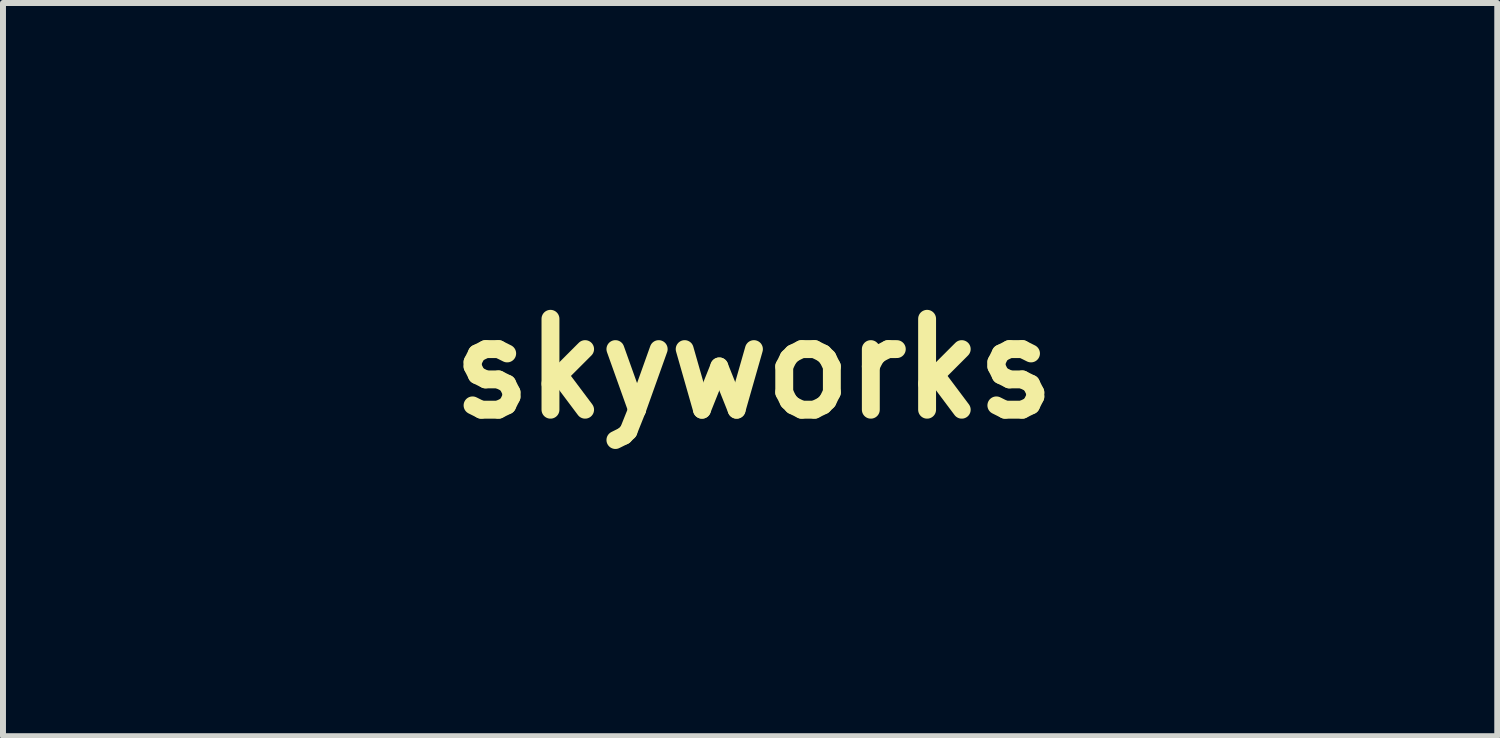
<source format=kicad_pcb>
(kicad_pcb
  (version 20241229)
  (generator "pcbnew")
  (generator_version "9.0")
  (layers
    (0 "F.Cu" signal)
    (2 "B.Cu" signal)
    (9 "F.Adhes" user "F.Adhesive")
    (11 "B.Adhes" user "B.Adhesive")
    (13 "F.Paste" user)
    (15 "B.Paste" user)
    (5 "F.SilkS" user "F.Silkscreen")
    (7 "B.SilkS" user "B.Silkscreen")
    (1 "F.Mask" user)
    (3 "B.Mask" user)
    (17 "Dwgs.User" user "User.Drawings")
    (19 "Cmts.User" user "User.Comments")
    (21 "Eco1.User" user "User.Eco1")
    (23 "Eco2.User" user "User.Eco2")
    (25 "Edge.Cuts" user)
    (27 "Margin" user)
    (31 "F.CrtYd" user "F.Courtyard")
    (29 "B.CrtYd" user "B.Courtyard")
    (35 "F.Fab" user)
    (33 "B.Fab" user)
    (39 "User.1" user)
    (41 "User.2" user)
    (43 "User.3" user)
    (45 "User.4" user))
  (footprint "skyworks"
    (layer "F.Cu")
    (at 9.589 3.129)
    (property "Reference" "skyworks" (at 0 0 0) (layer "F.SilkS") (effects (font (size 1.524 1.524) (thickness 0.3))))
    (attr through_hole)
    (fp_poly (pts (xy 7.679 -0.119) (xy 7.112 -0.119) (xy 7.112 0.813) (xy 7.755 0.813) (xy 7.755 1.024) (xy 6.231 1.024) (xy 6.231 0.813) (xy 6.866 0.813) (xy 6.866 -0.119) (xy 6.316 -0.119) (xy 6.316 -0.322) (xy 7.679 -0.322) (xy 7.679 -0.119)) (stroke (width 0.01) (type solid)) (fill yes) (layer "F.Mask"))
    (fp_poly (pts (xy 5.594 0.019) (xy 5.672 0.057) (xy 5.746 0.093) (xy 5.814 0.128) (xy 5.876 0.16) (xy 5.93 0.189) (xy 5.975 0.213) (xy 6.008 0.233) (xy 6.029 0.247) (xy 6.037 0.254) (xy 6.033 0.265) (xy 6.023 0.285) (xy 6.008 0.313) (xy 5.992 0.343) (xy 5.975 0.373) (xy 5.96 0.399) (xy 5.949 0.416) (xy 5.944 0.423) (xy 5.935 0.418) (xy 5.915 0.407) (xy 5.885 0.39) (xy 5.848 0.369) (xy 5.817 0.351) (xy 5.769 0.323) (xy 5.71 0.291) (xy 5.647 0.257) (xy 5.584 0.224) (xy 5.531 0.197) (xy 5.483 0.172) (xy 5.441 0.15) (xy 5.406 0.131) (xy 5.382 0.117) (xy 5.369 0.109) (xy 5.368 0.107) (xy 5.373 0.098) (xy 5.385 0.078) (xy 5.404 0.051) (xy 5.419 0.029) (xy 5.47 -0.041) (xy 5.594 0.019)) (stroke (width 0.01) (type solid)) (fill yes) (layer "F.Mask"))
    (fp_poly (pts (xy 7.935 2.027) (xy 7.959 2.033) (xy 7.971 2.046) (xy 7.973 2.061) (xy 7.975 2.087) (xy 7.976 2.12) (xy 7.975 2.155) (xy 7.974 2.189) (xy 7.973 2.218) (xy 7.97 2.237) (xy 7.967 2.244) (xy 7.954 2.242) (xy 7.932 2.236) (xy 7.923 2.234) (xy 7.87 2.228) (xy 7.821 2.237) (xy 7.778 2.261) (xy 7.744 2.299) (xy 7.733 2.318) (xy 7.728 2.329) (xy 7.724 2.343) (xy 7.721 2.362) (xy 7.719 2.388) (xy 7.717 2.423) (xy 7.715 2.469) (xy 7.714 2.528) (xy 7.713 2.574) (xy 7.709 2.798) (xy 7.592 2.801) (xy 7.476 2.803) (xy 7.476 2.04) (xy 7.713 2.04) (xy 7.713 2.106) (xy 7.713 2.172) (xy 7.739 2.127) (xy 7.759 2.099) (xy 7.782 2.073) (xy 7.796 2.062) (xy 7.83 2.045) (xy 7.867 2.033) (xy 7.903 2.027) (xy 7.935 2.027)) (stroke (width 0.01) (type solid)) (fill yes) (layer "F.Mask"))
    (fp_poly (pts (xy 5.342 -0.441) (xy 5.347 -0.432) (xy 5.354 -0.416) (xy 5.362 -0.389) (xy 5.374 -0.349) (xy 5.377 -0.341) (xy 5.395 -0.279) (xy 6.011 -0.279) (xy 6.011 0.06) (xy 5.912 0.057) (xy 5.812 0.055) (xy 5.807 -0.102) (xy 5.268 -0.1) (xy 4.729 -0.097) (xy 4.726 -0.019) (xy 4.724 0.059) (xy 4.628 0.059) (xy 4.59 0.059) (xy 4.557 0.058) (xy 4.536 0.056) (xy 4.527 0.054) (xy 4.526 0.045) (xy 4.524 0.021) (xy 4.523 -0.015) (xy 4.522 -0.059) (xy 4.522 -0.11) (xy 4.522 -0.115) (xy 4.521 -0.279) (xy 4.843 -0.279) (xy 4.915 -0.28) (xy 4.981 -0.28) (xy 5.04 -0.281) (xy 5.089 -0.282) (xy 5.128 -0.283) (xy 5.154 -0.284) (xy 5.164 -0.286) (xy 5.165 -0.286) (xy 5.162 -0.296) (xy 5.156 -0.319) (xy 5.147 -0.349) (xy 5.144 -0.357) (xy 5.124 -0.421) (xy 5.219 -0.432) (xy 5.258 -0.436) (xy 5.293 -0.44) (xy 5.318 -0.442) (xy 5.329 -0.443) (xy 5.336 -0.443) (xy 5.342 -0.441)) (stroke (width 0.01) (type solid)) (fill yes) (layer "F.Mask"))
    (fp_poly (pts (xy 8.316 2.032) (xy 8.319 2.388) (xy 8.429 2.215) (xy 8.539 2.041) (xy 8.676 2.041) (xy 8.722 2.041) (xy 8.762 2.042) (xy 8.792 2.042) (xy 8.81 2.044) (xy 8.814 2.045) (xy 8.809 2.052) (xy 8.795 2.071) (xy 8.773 2.1) (xy 8.746 2.137) (xy 8.713 2.18) (xy 8.683 2.22) (xy 8.647 2.267) (xy 8.616 2.31) (xy 8.589 2.347) (xy 8.57 2.376) (xy 8.558 2.395) (xy 8.555 2.403) (xy 8.562 2.413) (xy 8.576 2.434) (xy 8.596 2.463) (xy 8.621 2.497) (xy 8.626 2.504) (xy 8.657 2.547) (xy 8.694 2.598) (xy 8.732 2.65) (xy 8.766 2.696) (xy 8.766 2.697) (xy 8.84 2.798) (xy 8.703 2.801) (xy 8.647 2.801) (xy 8.606 2.801) (xy 8.579 2.799) (xy 8.562 2.796) (xy 8.555 2.792) (xy 8.548 2.782) (xy 8.533 2.76) (xy 8.512 2.728) (xy 8.486 2.688) (xy 8.456 2.641) (xy 8.432 2.603) (xy 8.319 2.426) (xy 8.316 2.614) (xy 8.314 2.802) (xy 8.077 2.802) (xy 8.077 1.676) (xy 8.314 1.676) (xy 8.316 2.032)) (stroke (width 0.01) (type solid)) (fill yes) (layer "F.Mask"))
    (fp_poly (pts (xy 3.912 2.391) (xy 3.966 2.307) (xy 3.994 2.263) (xy 4.026 2.213) (xy 4.059 2.162) (xy 4.078 2.132) (xy 4.136 2.041) (xy 4.274 2.041) (xy 4.327 2.041) (xy 4.365 2.042) (xy 4.389 2.043) (xy 4.403 2.046) (xy 4.406 2.05) (xy 4.406 2.051) (xy 4.399 2.061) (xy 4.383 2.081) (xy 4.361 2.112) (xy 4.332 2.15) (xy 4.299 2.193) (xy 4.277 2.222) (xy 4.243 2.267) (xy 4.212 2.308) (xy 4.186 2.343) (xy 4.166 2.37) (xy 4.155 2.387) (xy 4.152 2.391) (xy 4.156 2.402) (xy 4.17 2.425) (xy 4.194 2.462) (xy 4.228 2.511) (xy 4.273 2.573) (xy 4.327 2.648) (xy 4.384 2.726) (xy 4.437 2.798) (xy 4.304 2.801) (xy 4.258 2.801) (xy 4.217 2.801) (xy 4.186 2.801) (xy 4.166 2.8) (xy 4.162 2.799) (xy 4.155 2.792) (xy 4.14 2.771) (xy 4.119 2.741) (xy 4.093 2.702) (xy 4.063 2.656) (xy 4.034 2.612) (xy 3.916 2.428) (xy 3.914 2.615) (xy 3.911 2.802) (xy 3.675 2.802) (xy 3.675 1.676) (xy 3.912 1.676) (xy 3.912 2.391)) (stroke (width 0.01) (type solid)) (fill yes) (layer "F.Mask"))
    (fp_poly (pts (xy 6.954 2.025) (xy 7.012 2.031) (xy 7.062 2.04) (xy 7.087 2.048) (xy 7.159 2.084) (xy 7.219 2.131) (xy 7.266 2.189) (xy 7.3 2.256) (xy 7.3 2.258) (xy 7.313 2.308) (xy 7.321 2.368) (xy 7.323 2.431) (xy 7.319 2.491) (xy 7.311 2.532) (xy 7.284 2.607) (xy 7.243 2.672) (xy 7.192 2.726) (xy 7.129 2.768) (xy 7.058 2.798) (xy 6.979 2.815) (xy 6.893 2.818) (xy 6.819 2.81) (xy 6.739 2.789) (xy 6.669 2.755) (xy 6.611 2.709) (xy 6.565 2.652) (xy 6.531 2.583) (xy 6.511 2.505) (xy 6.505 2.455) (xy 6.742 2.455) (xy 6.753 2.513) (xy 6.775 2.562) (xy 6.806 2.601) (xy 6.846 2.626) (xy 6.868 2.633) (xy 6.907 2.637) (xy 6.952 2.633) (xy 6.993 2.622) (xy 7 2.619) (xy 7.024 2.603) (xy 7.043 2.584) (xy 7.043 2.583) (xy 7.061 2.55) (xy 7.075 2.507) (xy 7.084 2.459) (xy 7.087 2.42) (xy 7.081 2.351) (xy 7.066 2.294) (xy 7.039 2.251) (xy 7.003 2.221) (xy 6.957 2.205) (xy 6.917 2.201) (xy 6.863 2.208) (xy 6.819 2.23) (xy 6.784 2.264) (xy 6.759 2.312) (xy 6.744 2.373) (xy 6.742 2.39) (xy 6.742 2.455) (xy 6.505 2.455) (xy 6.505 2.451) (xy 6.507 2.362) (xy 6.523 2.282) (xy 6.552 2.211) (xy 6.595 2.151) (xy 6.651 2.1) (xy 6.718 2.061) (xy 6.791 2.036) (xy 6.838 2.028) (xy 6.894 2.024) (xy 6.954 2.025)) (stroke (width 0.01) (type solid)) (fill yes) (layer "F.Mask"))
    (fp_poly (pts (xy 5.1 0.034) (xy 5.127 0.062) (xy 5.148 0.086) (xy 5.159 0.102) (xy 5.161 0.109) (xy 5.152 0.118) (xy 5.13 0.134) (xy 5.099 0.155) (xy 5.062 0.181) (xy 5.02 0.209) (xy 4.975 0.237) (xy 4.932 0.265) (xy 4.892 0.29) (xy 4.857 0.311) (xy 4.853 0.313) (xy 4.821 0.332) (xy 4.794 0.349) (xy 4.776 0.36) (xy 4.77 0.365) (xy 4.778 0.366) (xy 4.801 0.367) (xy 4.838 0.368) (xy 4.887 0.369) (xy 4.948 0.37) (xy 5.018 0.37) (xy 5.097 0.371) (xy 5.183 0.371) (xy 5.274 0.37) (xy 5.279 0.37) (xy 5.791 0.368) (xy 5.791 0.459) (xy 5.791 0.55) (xy 5.582 0.552) (xy 5.372 0.555) (xy 5.37 0.701) (xy 5.367 0.847) (xy 6.028 0.847) (xy 6.028 1.033) (xy 4.504 1.033) (xy 4.504 0.847) (xy 5.165 0.847) (xy 5.165 0.55) (xy 4.741 0.55) (xy 4.741 0.466) (xy 4.741 0.43) (xy 4.74 0.402) (xy 4.738 0.385) (xy 4.737 0.381) (xy 4.728 0.385) (xy 4.707 0.394) (xy 4.679 0.408) (xy 4.664 0.415) (xy 4.634 0.43) (xy 4.61 0.441) (xy 4.595 0.447) (xy 4.593 0.447) (xy 4.586 0.437) (xy 4.574 0.417) (xy 4.558 0.39) (xy 4.541 0.359) (xy 4.524 0.329) (xy 4.51 0.303) (xy 4.5 0.284) (xy 4.497 0.276) (xy 4.497 0.276) (xy 4.505 0.272) (xy 4.526 0.262) (xy 4.556 0.249) (xy 4.58 0.238) (xy 4.652 0.203) (xy 4.73 0.163) (xy 4.808 0.119) (xy 4.881 0.074) (xy 4.944 0.032) (xy 4.953 0.026) (xy 5.033 -0.032) (xy 5.1 0.034)) (stroke (width 0.01) (type solid)) (fill yes) (layer "F.Mask"))
    (fp_poly (pts (xy 9.266 2.029) (xy 9.317 2.032) (xy 9.355 2.036) (xy 9.37 2.039) (xy 9.415 2.051) (xy 9.415 2.14) (xy 9.415 2.179) (xy 9.414 2.205) (xy 9.411 2.218) (xy 9.407 2.224) (xy 9.401 2.223) (xy 9.4 2.222) (xy 9.346 2.203) (xy 9.29 2.19) (xy 9.236 2.184) (xy 9.19 2.184) (xy 9.153 2.192) (xy 9.148 2.194) (xy 9.121 2.213) (xy 9.109 2.238) (xy 9.112 2.265) (xy 9.114 2.269) (xy 9.121 2.28) (xy 9.132 2.29) (xy 9.149 2.3) (xy 9.174 2.312) (xy 9.211 2.327) (xy 9.259 2.345) (xy 9.325 2.373) (xy 9.376 2.403) (xy 9.414 2.436) (xy 9.438 2.473) (xy 9.452 2.515) (xy 9.456 2.546) (xy 9.455 2.602) (xy 9.445 2.649) (xy 9.422 2.69) (xy 9.394 2.723) (xy 9.343 2.763) (xy 9.279 2.792) (xy 9.206 2.811) (xy 9.124 2.818) (xy 9.036 2.814) (xy 8.982 2.806) (xy 8.938 2.798) (xy 8.908 2.791) (xy 8.889 2.782) (xy 8.878 2.768) (xy 8.874 2.746) (xy 8.873 2.713) (xy 8.873 2.685) (xy 8.873 2.592) (xy 8.918 2.612) (xy 8.973 2.633) (xy 9.029 2.648) (xy 9.083 2.655) (xy 9.132 2.656) (xy 9.174 2.65) (xy 9.207 2.636) (xy 9.228 2.617) (xy 9.233 2.604) (xy 9.235 2.581) (xy 9.225 2.561) (xy 9.204 2.542) (xy 9.168 2.524) (xy 9.118 2.505) (xy 9.097 2.498) (xy 9.037 2.476) (xy 8.99 2.453) (xy 8.954 2.428) (xy 8.929 2.405) (xy 8.905 2.375) (xy 8.89 2.347) (xy 8.882 2.315) (xy 8.879 2.274) (xy 8.879 2.265) (xy 8.885 2.204) (xy 8.905 2.152) (xy 8.94 2.108) (xy 8.99 2.072) (xy 9.04 2.048) (xy 9.062 2.04) (xy 9.084 2.034) (xy 9.109 2.031) (xy 9.142 2.029) (xy 9.187 2.028) (xy 9.207 2.028) (xy 9.266 2.029)) (stroke (width 0.01) (type solid)) (fill yes) (layer "F.Mask"))
    (fp_poly (pts (xy 6.517 1.339) (xy 6.774 1.34) (xy 7.027 1.343) (xy 7.277 1.347) (xy 7.521 1.351) (xy 7.758 1.357) (xy 7.988 1.363) (xy 8.21 1.371) (xy 8.421 1.379) (xy 8.621 1.389) (xy 8.809 1.399) (xy 8.911 1.406) (xy 8.982 1.41) (xy 9.054 1.415) (xy 9.123 1.42) (xy 9.19 1.425) (xy 9.25 1.43) (xy 9.302 1.434) (xy 9.345 1.438) (xy 9.375 1.441) (xy 9.392 1.443) (xy 9.394 1.443) (xy 9.386 1.444) (xy 9.362 1.444) (xy 9.322 1.444) (xy 9.267 1.444) (xy 9.197 1.444) (xy 9.113 1.445) (xy 9.016 1.445) (xy 8.906 1.445) (xy 8.783 1.445) (xy 8.649 1.445) (xy 8.503 1.445) (xy 8.347 1.445) (xy 8.181 1.446) (xy 8.005 1.446) (xy 7.821 1.446) (xy 7.628 1.446) (xy 7.427 1.446) (xy 7.22 1.446) (xy 7.005 1.446) (xy 6.785 1.446) (xy 6.559 1.446) (xy 6.328 1.446) (xy 6.126 1.446) (xy 5.842 1.446) (xy 5.575 1.446) (xy 5.324 1.446) (xy 5.089 1.446) (xy 4.868 1.446) (xy 4.663 1.446) (xy 4.471 1.445) (xy 4.294 1.445) (xy 4.13 1.445) (xy 3.979 1.445) (xy 3.84 1.445) (xy 3.713 1.444) (xy 3.598 1.444) (xy 3.494 1.444) (xy 3.401 1.443) (xy 3.318 1.443) (xy 3.245 1.442) (xy 3.181 1.442) (xy 3.127 1.442) (xy 3.08 1.441) (xy 3.042 1.44) (xy 3.011 1.44) (xy 2.988 1.439) (xy 2.971 1.438) (xy 2.96 1.438) (xy 2.956 1.437) (xy 2.956 1.436) (xy 2.962 1.435) (xy 2.968 1.434) (xy 3.112 1.422) (xy 3.273 1.41) (xy 3.448 1.399) (xy 3.636 1.389) (xy 3.837 1.38) (xy 4.048 1.372) (xy 4.27 1.364) (xy 4.5 1.358) (xy 4.738 1.352) (xy 4.982 1.348) (xy 5.232 1.344) (xy 5.486 1.341) (xy 5.742 1.339) (xy 6 1.338) (xy 6.259 1.338) (xy 6.517 1.339)) (stroke (width 0.01) (type solid)) (fill yes) (layer "F.Mask"))
    (fp_poly (pts (xy 5.173 2.041) (xy 5.208 2.043) (xy 5.232 2.045) (xy 5.241 2.048) (xy 5.241 2.049) (xy 5.238 2.06) (xy 5.23 2.082) (xy 5.223 2.101) (xy 5.217 2.118) (xy 5.205 2.149) (xy 5.189 2.192) (xy 5.168 2.246) (xy 5.145 2.308) (xy 5.119 2.377) (xy 5.091 2.452) (xy 5.066 2.518) (xy 5.036 2.596) (xy 5.008 2.671) (xy 4.981 2.741) (xy 4.956 2.804) (xy 4.934 2.859) (xy 4.916 2.903) (xy 4.903 2.935) (xy 4.896 2.95) (xy 4.867 2.998) (xy 4.831 3.043) (xy 4.791 3.084) (xy 4.751 3.116) (xy 4.713 3.136) (xy 4.712 3.136) (xy 4.686 3.143) (xy 4.653 3.149) (xy 4.615 3.153) (xy 4.58 3.156) (xy 4.551 3.157) (xy 4.534 3.154) (xy 4.534 3.154) (xy 4.52 3.151) (xy 4.498 3.146) (xy 4.494 3.146) (xy 4.462 3.14) (xy 4.462 3.047) (xy 4.462 3.006) (xy 4.463 2.979) (xy 4.465 2.964) (xy 4.469 2.958) (xy 4.475 2.958) (xy 4.477 2.959) (xy 4.518 2.972) (xy 4.558 2.978) (xy 4.582 2.977) (xy 4.62 2.965) (xy 4.65 2.945) (xy 4.676 2.912) (xy 4.695 2.875) (xy 4.709 2.843) (xy 4.719 2.817) (xy 4.724 2.799) (xy 4.724 2.797) (xy 4.721 2.786) (xy 4.712 2.761) (xy 4.698 2.724) (xy 4.679 2.676) (xy 4.656 2.619) (xy 4.63 2.554) (xy 4.602 2.483) (xy 4.573 2.413) (xy 4.422 2.045) (xy 4.549 2.042) (xy 4.594 2.042) (xy 4.632 2.042) (xy 4.661 2.042) (xy 4.677 2.043) (xy 4.679 2.043) (xy 4.683 2.053) (xy 4.691 2.076) (xy 4.702 2.11) (xy 4.715 2.154) (xy 4.731 2.204) (xy 4.748 2.259) (xy 4.765 2.316) (xy 4.782 2.372) (xy 4.798 2.426) (xy 4.812 2.475) (xy 4.824 2.516) (xy 4.833 2.547) (xy 4.838 2.567) (xy 4.838 2.57) (xy 4.845 2.603) (xy 4.864 2.532) (xy 4.871 2.504) (xy 4.883 2.464) (xy 4.898 2.413) (xy 4.916 2.355) (xy 4.935 2.292) (xy 4.955 2.228) (xy 4.974 2.165) (xy 4.992 2.107) (xy 5.005 2.068) (xy 5.014 2.04) (xy 5.127 2.04) (xy 5.173 2.041)) (stroke (width 0.01) (type solid)) (fill yes) (layer "F.Mask"))
    (fp_poly (pts (xy 5.985 2.072) (xy 5.993 2.104) (xy 6.004 2.146) (xy 6.016 2.197) (xy 6.029 2.253) (xy 6.043 2.313) (xy 6.057 2.372) (xy 6.07 2.429) (xy 6.081 2.48) (xy 6.091 2.524) (xy 6.098 2.557) (xy 6.101 2.576) (xy 6.102 2.578) (xy 6.103 2.588) (xy 6.106 2.592) (xy 6.109 2.589) (xy 6.113 2.577) (xy 6.118 2.556) (xy 6.126 2.522) (xy 6.135 2.477) (xy 6.147 2.417) (xy 6.161 2.349) (xy 6.174 2.283) (xy 6.186 2.221) (xy 6.197 2.167) (xy 6.206 2.121) (xy 6.213 2.086) (xy 6.217 2.065) (xy 6.219 2.06) (xy 6.221 2.052) (xy 6.227 2.046) (xy 6.238 2.043) (xy 6.257 2.041) (xy 6.288 2.041) (xy 6.329 2.04) (xy 6.369 2.041) (xy 6.402 2.042) (xy 6.425 2.044) (xy 6.435 2.047) (xy 6.435 2.047) (xy 6.432 2.056) (xy 6.426 2.08) (xy 6.416 2.117) (xy 6.402 2.165) (xy 6.386 2.223) (xy 6.367 2.289) (xy 6.346 2.361) (xy 6.327 2.428) (xy 6.219 2.803) (xy 5.973 2.798) (xy 5.912 2.557) (xy 5.896 2.494) (xy 5.882 2.435) (xy 5.87 2.383) (xy 5.86 2.339) (xy 5.853 2.307) (xy 5.85 2.288) (xy 5.85 2.286) (xy 5.849 2.277) (xy 5.845 2.282) (xy 5.839 2.304) (xy 5.834 2.328) (xy 5.827 2.358) (xy 5.816 2.4) (xy 5.803 2.451) (xy 5.788 2.509) (xy 5.772 2.569) (xy 5.764 2.599) (xy 5.71 2.798) (xy 5.59 2.801) (xy 5.547 2.801) (xy 5.51 2.8) (xy 5.483 2.799) (xy 5.468 2.797) (xy 5.467 2.796) (xy 5.464 2.787) (xy 5.456 2.763) (xy 5.446 2.727) (xy 5.432 2.68) (xy 5.416 2.624) (xy 5.398 2.561) (xy 5.38 2.498) (xy 5.36 2.426) (xy 5.34 2.356) (xy 5.322 2.29) (xy 5.305 2.23) (xy 5.291 2.18) (xy 5.28 2.142) (xy 5.275 2.123) (xy 5.252 2.04) (xy 5.491 2.04) (xy 5.515 2.157) (xy 5.525 2.204) (xy 5.537 2.262) (xy 5.551 2.326) (xy 5.564 2.391) (xy 5.575 2.446) (xy 5.587 2.503) (xy 5.596 2.544) (xy 5.603 2.573) (xy 5.608 2.589) (xy 5.611 2.596) (xy 5.614 2.593) (xy 5.616 2.583) (xy 5.617 2.577) (xy 5.62 2.558) (xy 5.628 2.526) (xy 5.638 2.482) (xy 5.652 2.429) (xy 5.667 2.37) (xy 5.684 2.306) (xy 5.688 2.29) (xy 5.753 2.045) (xy 5.865 2.042) (xy 5.977 2.04) (xy 5.985 2.072)) (stroke (width 0.01) (type solid)) (fill yes) (layer "F.Mask"))
    (fp_poly (pts (xy 3.287 1.723) (xy 3.344 1.727) (xy 3.395 1.735) (xy 3.437 1.744) (xy 3.467 1.754) (xy 3.471 1.756) (xy 3.475 1.767) (xy 3.478 1.789) (xy 3.48 1.819) (xy 3.48 1.855) (xy 3.48 1.891) (xy 3.479 1.924) (xy 3.476 1.95) (xy 3.473 1.967) (xy 3.469 1.97) (xy 3.402 1.942) (xy 3.346 1.923) (xy 3.296 1.911) (xy 3.25 1.906) (xy 3.202 1.907) (xy 3.199 1.908) (xy 3.144 1.917) (xy 3.101 1.934) (xy 3.069 1.958) (xy 3.052 1.987) (xy 3.049 2.021) (xy 3.061 2.057) (xy 3.067 2.067) (xy 3.077 2.079) (xy 3.092 2.091) (xy 3.115 2.106) (xy 3.147 2.124) (xy 3.19 2.147) (xy 3.233 2.168) (xy 3.31 2.207) (xy 3.372 2.244) (xy 3.421 2.278) (xy 3.459 2.312) (xy 3.486 2.348) (xy 3.504 2.386) (xy 3.515 2.43) (xy 3.52 2.48) (xy 3.52 2.482) (xy 3.521 2.537) (xy 3.515 2.582) (xy 3.511 2.6) (xy 3.486 2.656) (xy 3.446 2.705) (xy 3.394 2.747) (xy 3.332 2.78) (xy 3.282 2.796) (xy 3.237 2.805) (xy 3.182 2.811) (xy 3.121 2.815) (xy 3.061 2.816) (xy 3.007 2.814) (xy 2.976 2.811) (xy 2.941 2.804) (xy 2.903 2.795) (xy 2.867 2.785) (xy 2.836 2.775) (xy 2.814 2.766) (xy 2.807 2.76) (xy 2.805 2.749) (xy 2.803 2.725) (xy 2.802 2.693) (xy 2.801 2.656) (xy 2.801 2.618) (xy 2.801 2.583) (xy 2.802 2.555) (xy 2.803 2.538) (xy 2.804 2.535) (xy 2.813 2.537) (xy 2.832 2.546) (xy 2.857 2.561) (xy 2.858 2.561) (xy 2.935 2.599) (xy 3.015 2.62) (xy 3.09 2.626) (xy 3.154 2.623) (xy 3.204 2.61) (xy 3.239 2.589) (xy 3.26 2.559) (xy 3.268 2.52) (xy 3.268 2.516) (xy 3.266 2.492) (xy 3.259 2.474) (xy 3.243 2.455) (xy 3.235 2.446) (xy 3.209 2.425) (xy 3.175 2.404) (xy 3.148 2.389) (xy 3.116 2.374) (xy 3.076 2.355) (xy 3.033 2.335) (xy 3.014 2.326) (xy 2.941 2.286) (xy 2.885 2.243) (xy 2.843 2.196) (xy 2.822 2.161) (xy 2.81 2.135) (xy 2.803 2.112) (xy 2.8 2.086) (xy 2.798 2.052) (xy 2.798 2.032) (xy 2.799 1.992) (xy 2.801 1.963) (xy 2.807 1.939) (xy 2.816 1.915) (xy 2.822 1.903) (xy 2.859 1.847) (xy 2.91 1.8) (xy 2.974 1.763) (xy 3.05 1.736) (xy 3.075 1.73) (xy 3.118 1.724) (xy 3.171 1.721) (xy 3.228 1.72) (xy 3.287 1.723)) (stroke (width 0.01) (type solid)) (fill yes) (layer "F.Mask"))
    (fp_poly (pts (xy 3.545 -0.345) (xy 4.221 -0.343) (xy 4.223 -0.268) (xy 4.224 -0.231) (xy 4.224 -0.199) (xy 4.222 -0.177) (xy 4.221 -0.172) (xy 4.216 -0.152) (xy 3.643 -0.152) (xy 3.637 -0.04) (xy 3.635 0.006) (xy 3.632 0.051) (xy 3.629 0.089) (xy 3.627 0.116) (xy 3.627 0.116) (xy 3.622 0.161) (xy 4.301 0.161) (xy 4.301 0.356) (xy 3.996 0.356) (xy 3.926 0.356) (xy 3.862 0.356) (xy 3.805 0.357) (xy 3.758 0.358) (xy 3.722 0.359) (xy 3.699 0.361) (xy 3.692 0.362) (xy 3.696 0.374) (xy 3.706 0.397) (xy 3.722 0.427) (xy 3.74 0.46) (xy 3.759 0.494) (xy 3.777 0.523) (xy 3.783 0.533) (xy 3.816 0.577) (xy 3.859 0.626) (xy 3.907 0.675) (xy 3.955 0.72) (xy 3.987 0.746) (xy 4.038 0.78) (xy 4.099 0.816) (xy 4.163 0.849) (xy 4.223 0.875) (xy 4.238 0.881) (xy 4.265 0.892) (xy 4.286 0.901) (xy 4.296 0.906) (xy 4.293 0.915) (xy 4.282 0.933) (xy 4.263 0.959) (xy 4.239 0.99) (xy 4.238 0.99) (xy 4.212 1.023) (xy 4.188 1.052) (xy 4.17 1.076) (xy 4.16 1.088) (xy 4.146 1.103) (xy 4.133 1.109) (xy 4.12 1.105) (xy 4.096 1.095) (xy 4.065 1.08) (xy 4.047 1.07) (xy 3.936 1.001) (xy 3.832 0.919) (xy 3.739 0.824) (xy 3.694 0.769) (xy 3.665 0.729) (xy 3.634 0.681) (xy 3.603 0.63) (xy 3.577 0.582) (xy 3.557 0.541) (xy 3.554 0.536) (xy 3.544 0.511) (xy 3.535 0.495) (xy 3.531 0.491) (xy 3.526 0.498) (xy 3.516 0.517) (xy 3.51 0.531) (xy 3.462 0.628) (xy 3.399 0.722) (xy 3.321 0.814) (xy 3.229 0.902) (xy 3.124 0.986) (xy 3.022 1.054) (xy 2.99 1.073) (xy 2.963 1.089) (xy 2.945 1.098) (xy 2.939 1.101) (xy 2.931 1.095) (xy 2.914 1.078) (xy 2.891 1.053) (xy 2.863 1.022) (xy 2.851 1.009) (xy 2.771 0.918) (xy 2.86 0.872) (xy 2.967 0.813) (xy 3.063 0.748) (xy 3.148 0.679) (xy 3.22 0.608) (xy 3.278 0.535) (xy 3.321 0.461) (xy 3.335 0.428) (xy 3.343 0.408) (xy 3.349 0.393) (xy 3.351 0.381) (xy 3.349 0.372) (xy 3.341 0.365) (xy 3.325 0.36) (xy 3.3 0.358) (xy 3.264 0.356) (xy 3.215 0.356) (xy 3.154 0.355) (xy 3.076 0.356) (xy 3.065 0.356) (xy 2.777 0.356) (xy 2.777 0.161) (xy 3.402 0.161) (xy 3.407 0.129) (xy 3.412 0.097) (xy 3.416 0.055) (xy 3.421 0.008) (xy 3.425 -0.039) (xy 3.428 -0.081) (xy 3.429 -0.111) (xy 3.429 -0.112) (xy 3.429 -0.152) (xy 2.87 -0.152) (xy 2.87 -0.347) (xy 3.545 -0.345)) (stroke (width 0.01) (type solid)) (fill yes) (layer "F.Mask"))
    (fp_poly (pts (xy 8.315 -0.034) (xy 8.467 -0.034) (xy 8.467 0.161) (xy 8.314 0.161) (xy 8.314 0.432) (xy 8.314 0.51) (xy 8.315 0.573) (xy 8.316 0.621) (xy 8.317 0.657) (xy 8.319 0.682) (xy 8.321 0.696) (xy 8.324 0.702) (xy 8.325 0.703) (xy 8.367 0.695) (xy 8.411 0.675) (xy 8.438 0.656) (xy 8.481 0.615) (xy 8.525 0.563) (xy 8.566 0.505) (xy 8.602 0.446) (xy 8.615 0.419) (xy 8.636 0.375) (xy 8.65 0.344) (xy 8.656 0.323) (xy 8.654 0.312) (xy 8.644 0.306) (xy 8.624 0.305) (xy 8.594 0.305) (xy 8.59 0.305) (xy 8.517 0.305) (xy 8.518 0.218) (xy 8.518 0.131) (xy 8.764 -0.028) (xy 9.011 -0.186) (xy 8.764 -0.186) (xy 8.517 -0.186) (xy 8.517 -0.364) (xy 8.919 -0.364) (xy 9 -0.364) (xy 9.076 -0.364) (xy 9.146 -0.363) (xy 9.207 -0.363) (xy 9.258 -0.362) (xy 9.298 -0.361) (xy 9.323 -0.36) (xy 9.334 -0.359) (xy 9.34 -0.354) (xy 9.344 -0.341) (xy 9.346 -0.319) (xy 9.347 -0.284) (xy 9.347 -0.272) (xy 9.346 -0.191) (xy 9.105 -0.03) (xy 8.863 0.131) (xy 9.452 0.136) (xy 9.446 0.396) (xy 9.443 0.513) (xy 9.439 0.615) (xy 9.436 0.701) (xy 9.431 0.773) (xy 9.427 0.831) (xy 9.421 0.876) (xy 9.415 0.909) (xy 9.411 0.924) (xy 9.389 0.968) (xy 9.357 1.009) (xy 9.32 1.041) (xy 9.303 1.051) (xy 9.279 1.06) (xy 9.245 1.068) (xy 9.204 1.074) (xy 9.16 1.08) (xy 9.116 1.083) (xy 9.075 1.084) (xy 9.041 1.083) (xy 9.017 1.08) (xy 9.005 1.074) (xy 9.005 1.073) (xy 9.002 1.061) (xy 8.998 1.036) (xy 8.991 1.002) (xy 8.986 0.972) (xy 8.969 0.881) (xy 9.062 0.881) (xy 9.116 0.879) (xy 9.157 0.874) (xy 9.187 0.865) (xy 9.21 0.85) (xy 9.227 0.828) (xy 9.228 0.826) (xy 9.235 0.812) (xy 9.241 0.79) (xy 9.246 0.759) (xy 9.25 0.718) (xy 9.255 0.665) (xy 9.259 0.599) (xy 9.263 0.519) (xy 9.267 0.434) (xy 9.272 0.305) (xy 9.221 0.305) (xy 9.192 0.305) (xy 9.176 0.308) (xy 9.169 0.315) (xy 9.166 0.324) (xy 9.134 0.455) (xy 9.098 0.572) (xy 9.055 0.678) (xy 9.005 0.776) (xy 8.955 0.858) (xy 8.932 0.889) (xy 8.905 0.925) (xy 8.874 0.961) (xy 8.842 0.997) (xy 8.811 1.03) (xy 8.783 1.059) (xy 8.76 1.08) (xy 8.743 1.093) (xy 8.735 1.094) (xy 8.735 1.094) (xy 8.725 1.085) (xy 8.706 1.07) (xy 8.678 1.05) (xy 8.659 1.036) (xy 8.629 1.015) (xy 8.603 0.997) (xy 8.587 0.985) (xy 8.582 0.981) (xy 8.585 0.973) (xy 8.598 0.956) (xy 8.62 0.932) (xy 8.649 0.904) (xy 8.66 0.893) (xy 8.749 0.8) (xy 8.825 0.705) (xy 8.884 0.609) (xy 8.888 0.603) (xy 8.907 0.564) (xy 8.927 0.515) (xy 8.948 0.46) (xy 8.966 0.407) (xy 8.981 0.359) (xy 8.987 0.332) (xy 8.993 0.305) (xy 8.918 0.305) (xy 8.843 0.305) (xy 8.824 0.37) (xy 8.797 0.446) (xy 8.763 0.523) (xy 8.722 0.599) (xy 8.678 0.67) (xy 8.633 0.732) (xy 8.595 0.774) (xy 8.552 0.816) (xy 8.514 0.785) (xy 8.493 0.768) (xy 8.477 0.757) (xy 8.472 0.754) (xy 8.469 0.761) (xy 8.467 0.782) (xy 8.467 0.811) (xy 8.467 0.816) (xy 8.467 0.878) (xy 8.393 0.893) (xy 8.361 0.899) (xy 8.316 0.909) (xy 8.263 0.92) (xy 8.206 0.932) (xy 8.15 0.945) (xy 8.084 0.959) (xy 8.035 0.968) (xy 8 0.974) (xy 7.981 0.975) (xy 7.975 0.973) (xy 7.971 0.959) (xy 7.965 0.934) (xy 7.959 0.901) (xy 7.953 0.866) (xy 7.948 0.832) (xy 7.945 0.804) (xy 7.944 0.787) (xy 7.944 0.784) (xy 7.955 0.777) (xy 7.979 0.77) (xy 8.014 0.763) (xy 8.015 0.763) (xy 8.049 0.757) (xy 8.079 0.752) (xy 8.099 0.748) (xy 8.1 0.748) (xy 8.12 0.743) (xy 8.12 0.161) (xy 7.95 0.161) (xy 7.95 -0.034) (xy 8.119 -0.034) (xy 8.124 -0.436) (xy 8.31 -0.436) (xy 8.315 -0.034)) (stroke (width 0.01) (type solid)) (fill yes) (layer "F.Mask"))
    (fp_poly (pts (xy -6.864 -3.121) (xy -6.626 -3.108) (xy -6.412 -3.09) (xy -6.118 -3.054) (xy -5.814 -3.006) (xy -5.502 -2.946) (xy -5.185 -2.874) (xy -4.865 -2.792) (xy -4.543 -2.699) (xy -4.221 -2.596) (xy -3.901 -2.484) (xy -3.585 -2.363) (xy -3.47 -2.317) (xy -3.18 -2.192) (xy -2.9 -2.061) (xy -2.63 -1.924) (xy -2.371 -1.782) (xy -2.123 -1.635) (xy -1.888 -1.484) (xy -1.666 -1.328) (xy -1.458 -1.169) (xy -1.264 -1.007) (xy -1.084 -0.843) (xy -0.921 -0.676) (xy -0.823 -0.565) (xy -0.752 -0.483) (xy -0.717 -0.504) (xy -0.554 -0.594) (xy -0.385 -0.668) (xy -0.211 -0.726) (xy -0.03 -0.768) (xy 0.097 -0.788) (xy 0.154 -0.794) (xy 0.222 -0.797) (xy 0.297 -0.798) (xy 0.376 -0.798) (xy 0.452 -0.796) (xy 0.522 -0.792) (xy 0.582 -0.786) (xy 0.597 -0.784) (xy 0.761 -0.753) (xy 0.916 -0.711) (xy 1.065 -0.658) (xy 1.182 -0.606) (xy 1.272 -0.56) (xy 1.363 -0.507) (xy 1.451 -0.451) (xy 1.53 -0.396) (xy 1.553 -0.378) (xy 1.686 -0.263) (xy 1.809 -0.135) (xy 1.92 0.004) (xy 2.019 0.152) (xy 2.105 0.309) (xy 2.176 0.472) (xy 2.233 0.641) (xy 2.252 0.716) (xy 2.284 0.881) (xy 2.302 1.052) (xy 2.305 1.225) (xy 2.294 1.396) (xy 2.269 1.563) (xy 2.252 1.641) (xy 2.2 1.818) (xy 2.133 1.988) (xy 2.052 2.149) (xy 1.956 2.302) (xy 1.848 2.445) (xy 1.726 2.577) (xy 1.591 2.699) (xy 1.445 2.81) (xy 1.301 2.9) (xy 1.145 2.98) (xy 0.982 3.045) (xy 0.812 3.096) (xy 0.638 3.131) (xy 0.462 3.152) (xy 0.284 3.156) (xy 0.191 3.152) (xy 0.011 3.131) (xy -0.164 3.095) (xy -0.335 3.042) (xy -0.5 2.974) (xy -0.659 2.891) (xy -0.81 2.793) (xy -0.952 2.681) (xy -1.071 2.571) (xy -1.196 2.434) (xy -1.243 2.372) (xy -0.999 2.372) (xy -0.999 2.379) (xy -0.987 2.396) (xy -0.966 2.42) (xy -0.939 2.45) (xy -0.906 2.483) (xy -0.869 2.518) (xy -0.831 2.552) (xy -0.809 2.572) (xy -0.668 2.682) (xy -0.521 2.777) (xy -0.37 2.857) (xy -0.214 2.92) (xy -0.054 2.968) (xy 0.072 2.993) (xy 0.117 2.998) (xy 0.175 3.001) (xy 0.241 3.002) (xy 0.311 3.002) (xy 0.381 3) (xy 0.447 2.996) (xy 0.504 2.991) (xy 0.542 2.985) (xy 0.596 2.975) (xy 0.645 2.964) (xy 0.686 2.955) (xy 0.716 2.947) (xy 0.733 2.94) (xy 0.737 2.938) (xy 0.729 2.934) (xy 0.709 2.928) (xy 0.681 2.923) (xy 0.679 2.922) (xy 0.63 2.913) (xy 0.57 2.898) (xy 0.505 2.881) (xy 0.44 2.861) (xy 0.379 2.841) (xy 0.328 2.823) (xy 0.327 2.822) (xy 0.179 2.757) (xy 0.044 2.682) (xy -0.08 2.598) (xy -0.189 2.507) (xy -0.246 2.455) (xy -0.345 2.455) (xy -0.462 2.452) (xy -0.588 2.441) (xy -0.608 2.439) (xy 0.072 2.439) (xy 0.076 2.447) (xy 0.091 2.464) (xy 0.116 2.487) (xy 0.148 2.516) (xy 0.184 2.547) (xy 0.223 2.579) (xy 0.262 2.61) (xy 0.3 2.639) (xy 0.333 2.663) (xy 0.378 2.692) (xy 0.428 2.723) (xy 0.476 2.752) (xy 0.504 2.768) (xy 0.536 2.785) (xy 0.576 2.805) (xy 0.621 2.826) (xy 0.668 2.848) (xy 0.714 2.868) (xy 0.756 2.886) (xy 0.791 2.9) (xy 0.816 2.909) (xy 0.828 2.912) (xy 0.84 2.909) (xy 0.864 2.902) (xy 0.895 2.89) (xy 0.913 2.884) (xy 0.957 2.866) (xy 1.004 2.846) (xy 1.05 2.825) (xy 1.09 2.806) (xy 1.123 2.789) (xy 1.144 2.777) (xy 1.146 2.775) (xy 1.152 2.77) (xy 1.155 2.763) (xy 1.155 2.751) (xy 1.15 2.733) (xy 1.14 2.706) (xy 1.124 2.666) (xy 1.118 2.649) (xy 1.084 2.564) (xy 1.052 2.485) (xy 1.022 2.412) (xy 0.995 2.346) (xy 0.971 2.29) (xy 0.951 2.244) (xy 0.935 2.211) (xy 0.925 2.19) (xy 0.92 2.184) (xy 0.907 2.188) (xy 0.885 2.197) (xy 0.864 2.206) (xy 0.766 2.249) (xy 0.659 2.29) (xy 0.547 2.328) (xy 0.433 2.362) (xy 0.323 2.39) (xy 0.219 2.412) (xy 0.126 2.427) (xy 0.125 2.427) (xy 0.098 2.431) (xy 0.078 2.436) (xy 0.072 2.439) (xy -0.608 2.439) (xy -0.716 2.425) (xy -0.841 2.404) (xy -0.921 2.386) (xy -0.954 2.379) (xy -0.981 2.374) (xy -0.997 2.372) (xy -0.999 2.372) (xy -1.243 2.372) (xy -1.305 2.292) (xy -1.399 2.142) (xy -1.478 1.986) (xy -1.543 1.821) (xy -1.593 1.648) (xy -1.63 1.465) (xy -1.636 1.427) (xy -1.636 1.42) (xy -1.429 1.42) (xy -1.427 1.437) (xy -1.407 1.558) (xy -1.38 1.677) (xy -1.347 1.788) (xy -1.315 1.875) (xy -1.274 1.964) (xy -1.226 2.057) (xy -1.173 2.148) (xy -1.118 2.232) (xy -1.067 2.3) (xy -1.055 2.316) (xy -1.044 2.328) (xy -1.032 2.337) (xy -1.017 2.343) (xy -0.996 2.348) (xy -0.966 2.353) (xy -0.924 2.357) (xy -0.873 2.363) (xy -0.847 2.364) (xy -0.809 2.366) (xy -0.761 2.366) (xy -0.706 2.367) (xy -0.647 2.366) (xy -0.587 2.366) (xy -0.529 2.365) (xy -0.475 2.364) (xy -0.428 2.362) (xy -0.391 2.36) (xy -0.368 2.358) (xy -0.362 2.357) (xy -0.34 2.352) (xy -0.381 2.3) (xy -0.456 2.194) (xy -0.529 2.075) (xy -0.596 1.945) (xy -0.658 1.808) (xy -0.712 1.666) (xy -0.756 1.524) (xy -0.758 1.52) (xy -0.776 1.452) (xy -0.962 1.447) (xy -1.079 1.441) (xy -1.185 1.433) (xy -1.236 1.427) (xy -0.516 1.427) (xy -0.513 1.437) (xy -0.505 1.46) (xy -0.493 1.493) (xy -0.477 1.533) (xy -0.46 1.577) (xy -0.442 1.622) (xy -0.424 1.664) (xy -0.409 1.702) (xy -0.404 1.713) (xy -0.378 1.77) (xy -0.348 1.831) (xy -0.314 1.895) (xy -0.278 1.96) (xy -0.242 2.024) (xy -0.205 2.085) (xy -0.169 2.142) (xy -0.135 2.194) (xy -0.105 2.237) (xy -0.078 2.271) (xy -0.058 2.293) (xy -0.043 2.303) (xy -0.042 2.303) (xy -0.029 2.301) (xy -0.003 2.295) (xy 0.032 2.286) (xy 0.073 2.275) (xy 0.081 2.273) (xy 0.279 2.212) (xy 0.47 2.138) (xy 0.53 2.109) (xy 1.085 2.109) (xy 1.088 2.128) (xy 1.094 2.158) (xy 1.103 2.194) (xy 1.126 2.298) (xy 1.147 2.412) (xy 1.167 2.528) (xy 1.182 2.631) (xy 1.188 2.672) (xy 1.193 2.707) (xy 1.198 2.731) (xy 1.202 2.743) (xy 1.203 2.743) (xy 1.212 2.739) (xy 1.233 2.726) (xy 1.262 2.708) (xy 1.297 2.685) (xy 1.31 2.676) (xy 1.35 2.649) (xy 1.387 2.622) (xy 1.419 2.598) (xy 1.441 2.579) (xy 1.444 2.577) (xy 1.459 2.561) (xy 1.471 2.547) (xy 1.48 2.528) (xy 1.488 2.502) (xy 1.498 2.465) (xy 1.499 2.46) (xy 1.575 2.46) (xy 1.634 2.398) (xy 1.665 2.364) (xy 1.701 2.322) (xy 1.735 2.28) (xy 1.751 2.259) (xy 1.843 2.121) (xy 1.919 1.979) (xy 1.979 1.832) (xy 2.024 1.679) (xy 2.046 1.571) (xy 2.051 1.526) (xy 2.056 1.469) (xy 2.059 1.404) (xy 2.061 1.333) (xy 2.061 1.263) (xy 2.06 1.196) (xy 2.058 1.136) (xy 2.054 1.097) (xy 2.047 1.03) (xy 1.991 1.14) (xy 1.963 1.191) (xy 1.93 1.249) (xy 1.896 1.306) (xy 1.868 1.351) (xy 1.801 1.452) (xy 1.802 1.541) (xy 1.798 1.702) (xy 1.778 1.865) (xy 1.743 2.027) (xy 1.695 2.185) (xy 1.634 2.336) (xy 1.625 2.354) (xy 1.575 2.46) (xy 1.499 2.46) (xy 1.502 2.447) (xy 1.527 2.331) (xy 1.548 2.212) (xy 1.565 2.095) (xy 1.576 1.982) (xy 1.582 1.879) (xy 1.582 1.802) (xy 1.579 1.711) (xy 1.499 1.784) (xy 1.397 1.872) (xy 1.296 1.95) (xy 1.198 2.018) (xy 1.163 2.041) (xy 1.132 2.061) (xy 1.109 2.077) (xy 1.097 2.085) (xy 1.09 2.091) (xy 1.086 2.098) (xy 1.085 2.109) (xy 0.53 2.109) (xy 0.651 2.052) (xy 0.737 2.005) (xy 0.828 1.954) (xy 0.79 1.868) (xy 0.757 1.794) (xy 0.723 1.721) (xy 0.688 1.645) (xy 0.65 1.563) (xy 0.606 1.473) (xy 0.557 1.372) (xy 0.55 1.357) (xy 0.442 1.135) (xy 0.354 1.176) (xy 0.25 1.222) (xy 0.137 1.265) (xy 0.017 1.306) (xy -0.104 1.342) (xy -0.224 1.374) (xy -0.338 1.399) (xy -0.443 1.416) (xy -0.468 1.419) (xy -0.494 1.422) (xy -0.512 1.425) (xy -0.516 1.427) (xy -1.236 1.427) (xy -1.28 1.421) (xy -1.36 1.407) (xy -1.367 1.405) (xy -1.4 1.398) (xy -1.419 1.397) (xy -1.427 1.404) (xy -1.429 1.42) (xy -1.636 1.42) (xy -1.641 1.376) (xy -1.644 1.313) (xy -1.646 1.249) (xy -1.431 1.249) (xy -1.431 1.294) (xy -1.43 1.333) (xy -1.428 1.363) (xy -1.426 1.38) (xy -1.425 1.383) (xy -1.415 1.385) (xy -1.39 1.387) (xy -1.354 1.388) (xy -1.31 1.388) (xy -1.261 1.388) (xy -1.208 1.388) (xy -1.156 1.387) (xy -1.107 1.385) (xy -1.064 1.383) (xy -1.029 1.381) (xy -1.024 1.38) (xy -0.962 1.373) (xy -0.908 1.367) (xy -0.863 1.36) (xy -0.829 1.354) (xy -0.809 1.349) (xy -0.804 1.345) (xy -0.806 1.334) (xy -0.81 1.312) (xy -0.816 1.282) (xy -0.816 1.281) (xy -0.833 1.199) (xy -0.845 1.122) (xy -0.854 1.045) (xy -0.861 0.965) (xy -0.865 0.877) (xy -0.867 0.778) (xy -0.868 0.715) (xy -0.867 0.602) (xy -0.863 0.502) (xy -0.857 0.412) (xy -0.849 0.339) (xy -0.707 0.339) (xy -0.706 0.429) (xy -0.705 0.505) (xy -0.702 0.573) (xy -0.698 0.634) (xy -0.692 0.694) (xy -0.683 0.755) (xy -0.672 0.822) (xy -0.658 0.899) (xy -0.652 0.928) (xy -0.642 0.973) (xy -0.63 1.026) (xy -0.617 1.082) (xy -0.603 1.138) (xy -0.59 1.191) (xy -0.578 1.236) (xy -0.568 1.27) (xy -0.563 1.285) (xy -0.56 1.291) (xy -0.555 1.294) (xy -0.545 1.294) (xy -0.528 1.29) (xy -0.501 1.282) (xy -0.46 1.27) (xy -0.444 1.265) (xy -0.318 1.225) (xy -0.202 1.184) (xy -0.092 1.14) (xy 0.018 1.091) (xy 0.103 1.05) (xy 0.158 1.022) (xy 0.17 1.015) (xy 0.669 1.015) (xy 0.672 1.024) (xy 0.682 1.047) (xy 0.697 1.079) (xy 0.717 1.12) (xy 0.739 1.167) (xy 0.744 1.178) (xy 0.812 1.324) (xy 0.877 1.479) (xy 0.936 1.634) (xy 0.967 1.721) (xy 0.981 1.761) (xy 0.993 1.794) (xy 1.003 1.817) (xy 1.009 1.828) (xy 1.01 1.829) (xy 1.02 1.824) (xy 1.039 1.811) (xy 1.064 1.793) (xy 1.07 1.789) (xy 1.138 1.734) (xy 1.212 1.67) (xy 1.288 1.6) (xy 1.362 1.529) (xy 1.43 1.458) (xy 1.489 1.393) (xy 1.501 1.379) (xy 1.541 1.332) (xy 1.516 1.231) (xy 1.47 1.073) (xy 1.411 0.914) (xy 1.339 0.758) (xy 1.269 0.629) (xy 1.218 0.542) (xy 1.106 0.655) (xy 0.971 0.783) (xy 0.831 0.896) (xy 0.744 0.957) (xy 0.713 0.979) (xy 0.689 0.997) (xy 0.673 1.01) (xy 0.669 1.015) (xy 0.17 1.015) (xy 0.21 0.994) (xy 0.258 0.968) (xy 0.297 0.946) (xy 0.325 0.929) (xy 0.328 0.927) (xy 0.326 0.919) (xy 0.315 0.898) (xy 0.298 0.865) (xy 0.275 0.822) (xy 0.247 0.771) (xy 0.214 0.713) (xy 0.178 0.65) (xy 0.14 0.583) (xy 0.1 0.514) (xy 0.058 0.444) (xy 0.027 0.39) (xy -0.013 0.324) (xy -0.057 0.254) (xy -0.102 0.183) (xy -0.149 0.11) (xy -0.196 0.039) (xy -0.243 -0.031) (xy -0.288 -0.097) (xy -0.33 -0.158) (xy -0.369 -0.212) (xy -0.403 -0.258) (xy -0.432 -0.296) (xy -0.454 -0.322) (xy -0.469 -0.336) (xy -0.473 -0.338) (xy -0.484 -0.335) (xy -0.505 -0.325) (xy -0.534 -0.312) (xy -0.564 -0.296) (xy -0.594 -0.281) (xy -0.618 -0.267) (xy -0.633 -0.258) (xy -0.634 -0.257) (xy -0.638 -0.247) (xy -0.645 -0.223) (xy -0.653 -0.189) (xy -0.662 -0.147) (xy -0.672 -0.1) (xy -0.682 -0.051) (xy -0.688 -0.017) (xy -0.693 0.016) (xy -0.698 0.048) (xy -0.701 0.08) (xy -0.703 0.116) (xy -0.705 0.158) (xy -0.706 0.209) (xy -0.706 0.271) (xy -0.707 0.339) (xy -0.849 0.339) (xy -0.847 0.329) (xy -0.834 0.249) (xy -0.817 0.17) (xy -0.795 0.088) (xy -0.783 0.047) (xy -0.769 0.002) (xy -0.755 -0.039) (xy -0.739 -0.08) (xy -0.72 -0.127) (xy -0.696 -0.184) (xy -0.69 -0.198) (xy -0.676 -0.23) (xy -0.704 -0.211) (xy -0.807 -0.133) (xy -0.908 -0.043) (xy -1.002 0.054) (xy -1.084 0.153) (xy -1.085 0.155) (xy -1.173 0.287) (xy -1.249 0.429) (xy -1.313 0.581) (xy -1.363 0.739) (xy -1.4 0.904) (xy -1.423 1.072) (xy -1.431 1.243) (xy -1.431 1.249) (xy -1.646 1.249) (xy -1.646 1.242) (xy -1.646 1.165) (xy -1.645 1.089) (xy -1.642 1.016) (xy -1.637 0.952) (xy -1.631 0.899) (xy -1.631 0.897) (xy -1.595 0.718) (xy -1.544 0.544) (xy -1.479 0.376) (xy -1.399 0.215) (xy -1.305 0.063) (xy -1.198 -0.08) (xy -1.08 -0.212) (xy -0.949 -0.333) (xy -0.921 -0.355) (xy -0.442 -0.355) (xy -0.367 -0.298) (xy -0.237 -0.19) (xy -0.107 -0.067) (xy 0.022 0.07) (xy 0.149 0.22) (xy 0.242 0.339) (xy 0.275 0.383) (xy 0.312 0.435) (xy 0.351 0.492) (xy 0.391 0.551) (xy 0.429 0.608) (xy 0.463 0.661) (xy 0.491 0.706) (xy 0.508 0.734) (xy 0.523 0.76) (xy 0.535 0.779) (xy 0.542 0.787) (xy 0.542 0.787) (xy 0.55 0.782) (xy 0.569 0.769) (xy 0.596 0.749) (xy 0.629 0.724) (xy 0.648 0.709) (xy 0.675 0.687) (xy 0.709 0.658) (xy 0.749 0.622) (xy 0.792 0.583) (xy 0.837 0.541) (xy 0.881 0.499) (xy 0.924 0.457) (xy 0.963 0.418) (xy 0.997 0.384) (xy 1.024 0.356) (xy 1.042 0.335) (xy 1.046 0.329) (xy 1.371 0.329) (xy 1.434 0.421) (xy 1.535 0.583) (xy 1.62 0.751) (xy 1.689 0.924) (xy 1.703 0.963) (xy 1.713 0.997) (xy 1.722 1.02) (xy 1.729 1.033) (xy 1.738 1.036) (xy 1.748 1.026) (xy 1.761 1.004) (xy 1.78 0.969) (xy 1.805 0.919) (xy 1.811 0.906) (xy 1.851 0.824) (xy 1.882 0.754) (xy 1.905 0.698) (xy 1.919 0.653) (xy 1.926 0.619) (xy 1.926 0.61) (xy 1.921 0.578) (xy 1.906 0.535) (xy 1.884 0.484) (xy 1.854 0.426) (xy 1.819 0.364) (xy 1.779 0.299) (xy 1.737 0.235) (xy 1.692 0.172) (xy 1.647 0.114) (xy 1.617 0.077) (xy 1.547 -0.002) (xy 1.516 0.069) (xy 1.496 0.111) (xy 1.472 0.159) (xy 1.446 0.207) (xy 1.421 0.253) (xy 1.398 0.29) (xy 1.387 0.306) (xy 1.371 0.329) (xy 1.046 0.329) (xy 1.05 0.324) (xy 1.05 0.323) (xy 1.044 0.314) (xy 1.027 0.294) (xy 1.002 0.268) (xy 0.971 0.236) (xy 0.935 0.2) (xy 0.896 0.163) (xy 0.857 0.126) (xy 0.819 0.091) (xy 0.784 0.06) (xy 0.755 0.036) (xy 0.605 -0.075) (xy 0.443 -0.177) (xy 0.269 -0.269) (xy 0.086 -0.35) (xy -0.051 -0.402) (xy -0.101 -0.419) (xy -0.139 -0.43) (xy -0.167 -0.436) (xy -0.187 -0.437) (xy -0.196 -0.437) (xy -0.217 -0.432) (xy -0.249 -0.423) (xy -0.289 -0.41) (xy -0.332 -0.396) (xy -0.374 -0.381) (xy -0.411 -0.368) (xy -0.418 -0.365) (xy -0.442 -0.355) (xy -0.921 -0.355) (xy -0.866 -0.399) (xy -0.78 -0.464) (xy -0.783 -0.466) (xy -0.059 -0.466) (xy -0.058 -0.463) (xy -0.043 -0.459) (xy -0.014 -0.454) (xy 0.004 -0.452) (xy 0.18 -0.421) (xy 0.352 -0.376) (xy 0.52 -0.316) (xy 0.681 -0.243) (xy 0.834 -0.157) (xy 0.977 -0.059) (xy 1.109 0.05) (xy 1.126 0.066) (xy 1.19 0.126) (xy 1.208 0.104) (xy 1.218 0.089) (xy 1.234 0.062) (xy 1.254 0.027) (xy 1.276 -0.014) (xy 1.287 -0.035) (xy 1.307 -0.077) (xy 1.324 -0.113) (xy 1.337 -0.142) (xy 1.343 -0.161) (xy 1.343 -0.165) (xy 1.332 -0.179) (xy 1.307 -0.198) (xy 1.272 -0.222) (xy 1.228 -0.248) (xy 1.178 -0.276) (xy 1.124 -0.304) (xy 1.069 -0.331) (xy 1.015 -0.356) (xy 0.968 -0.376) (xy 0.835 -0.421) (xy 0.692 -0.456) (xy 0.542 -0.481) (xy 0.388 -0.495) (xy 0.233 -0.497) (xy 0.082 -0.488) (xy 0.035 -0.482) (xy -0.013 -0.476) (xy -0.044 -0.471) (xy -0.059 -0.466) (xy -0.783 -0.466) (xy -0.913 -0.569) (xy -1.129 -0.737) (xy -1.347 -0.896) (xy -1.568 -1.048) (xy -1.795 -1.195) (xy -2.028 -1.337) (xy -2.27 -1.476) (xy -2.523 -1.612) (xy -2.789 -1.748) (xy -3.068 -1.883) (xy -3.171 -1.93) (xy -3.511 -2.08) (xy -3.852 -2.215) (xy -4.196 -2.336) (xy -4.546 -2.443) (xy -4.902 -2.538) (xy -5.268 -2.62) (xy -5.596 -2.683) (xy -5.741 -2.706) (xy -5.899 -2.729) (xy -6.068 -2.75) (xy -6.245 -2.768) (xy -6.345 -2.778) (xy -6.418 -2.784) (xy -6.505 -2.789) (xy -6.603 -2.793) (xy -6.708 -2.796) (xy -6.818 -2.799) (xy -6.93 -2.801) (xy -7.039 -2.802) (xy -7.145 -2.802) (xy -7.243 -2.8) (xy -7.33 -2.798) (xy -7.404 -2.795) (xy -7.409 -2.795) (xy -7.618 -2.779) (xy -7.817 -2.757) (xy -8.006 -2.73) (xy -8.184 -2.697) (xy -8.352 -2.658) (xy -8.507 -2.615) (xy -8.65 -2.567) (xy -8.78 -2.514) (xy -8.897 -2.457) (xy -9 -2.395) (xy -9.088 -2.33) (xy -9.161 -2.26) (xy -9.218 -2.187) (xy -9.248 -2.135) (xy -9.284 -2.063) (xy -9.284 -1.965) (xy -9.283 -1.922) (xy -9.282 -1.892) (xy -9.279 -1.868) (xy -9.272 -1.846) (xy -9.262 -1.822) (xy -9.252 -1.8) (xy -9.214 -1.729) (xy -9.17 -1.665) (xy -9.116 -1.603) (xy -9.075 -1.562) (xy -8.978 -1.477) (xy -8.864 -1.393) (xy -8.735 -1.311) (xy -8.59 -1.23) (xy -8.429 -1.151) (xy -8.252 -1.073) (xy -8.058 -0.996) (xy -7.848 -0.92) (xy -7.621 -0.845) (xy -7.378 -0.771) (xy -7.329 -0.757) (xy -7.271 -0.74) (xy -7.217 -0.725) (xy -7.171 -0.713) (xy -7.134 -0.703) (xy -7.109 -0.696) (xy -7.098 -0.694) (xy -7.087 -0.698) (xy -7.063 -0.709) (xy -7.03 -0.725) (xy -6.989 -0.746) (xy -6.943 -0.77) (xy -6.936 -0.774) (xy -6.705 -0.892) (xy -6.475 -0.995) (xy -6.249 -1.084) (xy -6.025 -1.158) (xy -5.807 -1.217) (xy -5.594 -1.261) (xy -5.533 -1.271) (xy -5.471 -1.279) (xy -5.399 -1.285) (xy -5.319 -1.29) (xy -5.238 -1.293) (xy -5.157 -1.294) (xy -5.082 -1.294) (xy -5.017 -1.291) (xy -4.978 -1.288) (xy -4.865 -1.271) (xy -4.761 -1.246) (xy -4.667 -1.214) (xy -4.584 -1.176) (xy -4.512 -1.132) (xy -4.453 -1.083) (xy -4.408 -1.03) (xy -4.377 -0.972) (xy -4.362 -0.911) (xy -4.36 -0.883) (xy -4.369 -0.82) (xy -4.393 -0.759) (xy -4.433 -0.7) (xy -4.487 -0.644) (xy -4.556 -0.592) (xy -4.638 -0.544) (xy -4.732 -0.5) (xy -4.838 -0.461) (xy -4.955 -0.427) (xy -5.083 -0.399) (xy -5.19 -0.381) (xy -5.279 -0.369) (xy -5.366 -0.36) (xy -5.455 -0.354) (xy -5.549 -0.35) (xy -5.651 -0.348) (xy -5.765 -0.349) (xy -5.829 -0.35) (xy -5.951 -0.353) (xy -6.066 -0.357) (xy -6.176 -0.364) (xy -6.286 -0.373) (xy -6.399 -0.385) (xy -6.519 -0.399) (xy -6.648 -0.418) (xy -6.772 -0.436) (xy -6.962 -0.466) (xy -7.081 -0.386) (xy -7.228 -0.284) (xy -7.36 -0.183) (xy -7.476 -0.083) (xy -7.575 0.015) (xy -7.659 0.112) (xy -7.726 0.207) (xy -7.773 0.293) (xy -7.808 0.38) (xy -7.827 0.461) (xy -7.829 0.537) (xy -7.816 0.607) (xy -7.787 0.672) (xy -7.742 0.73) (xy -7.734 0.738) (xy -7.677 0.784) (xy -7.605 0.823) (xy -7.519 0.855) (xy -7.419 0.881) (xy -7.306 0.9) (xy -7.18 0.913) (xy -7.043 0.918) (xy -6.894 0.917) (xy -6.734 0.908) (xy -6.565 0.892) (xy -6.532 0.889) (xy -6.418 0.874) (xy -6.301 0.856) (xy -6.186 0.835) (xy -6.074 0.813) (xy -5.967 0.789) (xy -5.868 0.764) (xy -5.78 0.739) (xy -5.705 0.714) (xy -5.671 0.701) (xy -5.646 0.689) (xy -5.627 0.677) (xy -5.609 0.659) (xy -5.589 0.632) (xy -5.577 0.616) (xy -5.569 0.604) (xy -5.351 0.604) (xy -5.343 0.604) (xy -5.322 0.598) (xy -5.286 0.585) (xy -5.239 0.566) (xy -5.18 0.542) (xy -5.16 0.534) (xy -5.033 0.476) (xy -4.911 0.411) (xy -4.795 0.342) (xy -4.69 0.269) (xy -4.596 0.195) (xy -4.528 0.131) (xy -4.491 0.092) (xy -4.468 0.061) (xy -4.457 0.037) (xy -4.458 0.019) (xy -4.462 0.013) (xy -4.481 0.003) (xy -4.512 0.001) (xy -4.554 0.008) (xy -4.604 0.022) (xy -4.661 0.043) (xy -4.723 0.07) (xy -4.788 0.102) (xy -4.855 0.139) (xy -4.89 0.16) (xy -4.976 0.217) (xy -5.051 0.273) (xy -5.12 0.332) (xy -5.177 0.386) (xy -5.205 0.415) (xy -5.235 0.449) (xy -5.266 0.485) (xy -5.295 0.521) (xy -5.319 0.553) (xy -5.338 0.58) (xy -5.349 0.599) (xy -5.351 0.604) (xy -5.569 0.604) (xy -5.478 0.48) (xy -5.376 0.354) (xy -5.27 0.238) (xy -5.164 0.135) (xy -5.056 0.043) (xy -4.948 -0.036) (xy -4.841 -0.102) (xy -4.736 -0.154) (xy -4.633 -0.191) (xy -4.534 -0.213) (xy -4.492 -0.217) (xy -4.42 -0.217) (xy -4.356 -0.206) (xy -4.302 -0.184) (xy -4.259 -0.153) (xy -4.23 -0.114) (xy -4.214 -0.068) (xy -4.211 -0.014) (xy -4.22 0.042) (xy -4.238 0.093) (xy -4.283 0.17) (xy -4.345 0.246) (xy -4.422 0.321) (xy -4.515 0.395) (xy -4.622 0.466) (xy -4.744 0.536) (xy -4.881 0.604) (xy -5.03 0.669) (xy -5.193 0.731) (xy -5.309 0.77) (xy -5.508 0.835) (xy -5.588 0.996) (xy -5.643 1.109) (xy -5.688 1.211) (xy -5.723 1.305) (xy -5.749 1.392) (xy -5.767 1.474) (xy -5.778 1.554) (xy -5.78 1.593) (xy -5.782 1.64) (xy -5.782 1.675) (xy -5.78 1.703) (xy -5.775 1.727) (xy -5.768 1.754) (xy -5.767 1.758) (xy -5.738 1.825) (xy -5.696 1.882) (xy -5.64 1.928) (xy -5.572 1.963) (xy -5.49 1.988) (xy -5.396 2.002) (xy -5.288 2.005) (xy -5.168 1.997) (xy -5.046 1.98) (xy -4.883 1.946) (xy -4.714 1.898) (xy -4.541 1.837) (xy -4.365 1.763) (xy -4.189 1.677) (xy -4.014 1.581) (xy -3.841 1.474) (xy -3.674 1.358) (xy -3.66 1.348) (xy -3.577 1.287) (xy -3.363 1.287) (xy -3.331 1.306) (xy -3.255 1.351) (xy -3.193 1.388) (xy -3.144 1.417) (xy -3.105 1.439) (xy -3.077 1.455) (xy -3.058 1.465) (xy -3.048 1.469) (xy -3.044 1.47) (xy -3.04 1.462) (xy -3.028 1.44) (xy -3.012 1.406) (xy -2.99 1.36) (xy -2.963 1.304) (xy -2.933 1.239) (xy -2.9 1.168) (xy -2.865 1.09) (xy -2.835 1.024) (xy -2.797 0.941) (xy -2.76 0.86) (xy -2.725 0.784) (xy -2.693 0.714) (xy -2.665 0.652) (xy -2.641 0.599) (xy -2.622 0.558) (xy -2.608 0.529) (xy -2.603 0.517) (xy -2.59 0.488) (xy -2.58 0.466) (xy -2.576 0.453) (xy -2.576 0.452) (xy -2.582 0.458) (xy -2.598 0.474) (xy -2.623 0.5) (xy -2.656 0.535) (xy -2.695 0.575) (xy -2.739 0.622) (xy -2.787 0.672) (xy -2.837 0.725) (xy -2.888 0.779) (xy -2.938 0.833) (xy -2.987 0.885) (xy -3.033 0.934) (xy -3.074 0.978) (xy -3.11 1.017) (xy -3.12 1.028) (xy -3.137 1.046) (xy -3.163 1.074) (xy -3.195 1.109) (xy -3.231 1.147) (xy -3.258 1.176) (xy -3.363 1.287) (xy -3.577 1.287) (xy -3.567 1.279) (xy -3.561 1.172) (xy -3.559 1.131) (xy -3.558 1.097) (xy -3.558 1.073) (xy -3.558 1.062) (xy -3.558 1.062) (xy -3.563 1.068) (xy -3.575 1.085) (xy -3.592 1.113) (xy -3.612 1.147) (xy -3.615 1.152) (xy -3.636 1.187) (xy -3.654 1.216) (xy -3.668 1.236) (xy -3.675 1.244) (xy -3.675 1.245) (xy -3.682 1.239) (xy -3.699 1.222) (xy -3.725 1.197) (xy -3.757 1.165) (xy -3.794 1.128) (xy -3.834 1.087) (xy -3.876 1.044) (xy -3.918 1.001) (xy -3.958 0.96) (xy -3.995 0.922) (xy -4.026 0.889) (xy -4.05 0.864) (xy -3.847 0.864) (xy -3.843 0.871) (xy -3.827 0.885) (xy -3.802 0.906) (xy -3.77 0.93) (xy -3.759 0.938) (xy -3.663 1.005) (xy -3.613 0.947) (xy -3.583 0.909) (xy -3.564 0.879) (xy -3.556 0.856) (xy -3.364 0.856) (xy -3.363 0.898) (xy -3.363 0.917) (xy -3.361 0.959) (xy -3.359 0.994) (xy -3.356 1.02) (xy -3.353 1.032) (xy -3.352 1.033) (xy -3.343 1.028) (xy -3.324 1.014) (xy -3.299 0.994) (xy -3.282 0.98) (xy -3.226 0.933) (xy -3.167 0.883) (xy -3.106 0.832) (xy -3.044 0.779) (xy -2.982 0.727) (xy -2.923 0.676) (xy -2.866 0.628) (xy -2.814 0.584) (xy -2.768 0.545) (xy -2.73 0.512) (xy -2.7 0.486) (xy -2.679 0.468) (xy -2.671 0.46) (xy -2.67 0.46) (xy -2.678 0.462) (xy -2.697 0.471) (xy -2.724 0.484) (xy -2.731 0.487) (xy -2.752 0.498) (xy -2.787 0.515) (xy -2.832 0.537) (xy -2.886 0.564) (xy -2.947 0.593) (xy -3.011 0.624) (xy -3.065 0.65) (xy -3.129 0.681) (xy -3.188 0.71) (xy -3.241 0.736) (xy -3.286 0.758) (xy -3.321 0.775) (xy -3.344 0.787) (xy -3.353 0.792) (xy -3.359 0.798) (xy -3.362 0.808) (xy -3.364 0.827) (xy -3.364 0.856) (xy -3.556 0.856) (xy -3.555 0.853) (xy -3.555 0.852) (xy -3.551 0.822) (xy -3.548 0.792) (xy -3.548 0.766) (xy -3.551 0.749) (xy -3.554 0.745) (xy -3.564 0.748) (xy -3.586 0.756) (xy -3.618 0.769) (xy -3.657 0.784) (xy -3.698 0.801) (xy -3.74 0.818) (xy -3.779 0.834) (xy -3.811 0.848) (xy -3.835 0.858) (xy -3.846 0.864) (xy -3.847 0.864) (xy -4.05 0.864) (xy -4.051 0.863) (xy -4.067 0.846) (xy -4.072 0.839) (xy -4.072 0.838) (xy -4.065 0.835) (xy -4.043 0.827) (xy -4.011 0.815) (xy -3.97 0.801) (xy -3.923 0.786) (xy -3.922 0.786) (xy -3.886 0.775) (xy -3.837 0.759) (xy -3.775 0.739) (xy -3.702 0.716) (xy -3.622 0.69) (xy -3.535 0.662) (xy -3.444 0.632) (xy -3.351 0.602) (xy -3.268 0.576) (xy -3.133 0.532) (xy -3.013 0.494) (xy -2.908 0.46) (xy -2.816 0.43) (xy -2.737 0.405) (xy -2.669 0.383) (xy -2.613 0.365) (xy -2.566 0.35) (xy -2.528 0.339) (xy -2.498 0.33) (xy -2.476 0.323) (xy -2.46 0.318) (xy -2.45 0.316) (xy -2.444 0.315) (xy -2.443 0.315) (xy -2.445 0.323) (xy -2.453 0.346) (xy -2.466 0.381) (xy -2.484 0.428) (xy -2.507 0.485) (xy -2.532 0.551) (xy -2.561 0.624) (xy -2.592 0.703) (xy -2.626 0.787) (xy -2.66 0.874) (xy -2.695 0.962) (xy -2.731 1.051) (xy -2.766 1.139) (xy -2.8 1.224) (xy -2.833 1.305) (xy -2.864 1.382) (xy -2.892 1.451) (xy -2.917 1.513) (xy -2.939 1.565) (xy -2.956 1.607) (xy -2.969 1.636) (xy -2.976 1.651) (xy -2.977 1.654) (xy -2.986 1.649) (xy -3.008 1.638) (xy -3.041 1.621) (xy -3.082 1.598) (xy -3.13 1.572) (xy -3.175 1.547) (xy -3.232 1.516) (xy -3.29 1.484) (xy -3.344 1.455) (xy -3.392 1.428) (xy -3.43 1.408) (xy -3.447 1.398) (xy -3.529 1.354) (xy -3.591 1.41) (xy -3.711 1.511) (xy -3.846 1.61) (xy -3.992 1.704) (xy -4.147 1.794) (xy -4.309 1.878) (xy -4.475 1.954) (xy -4.642 2.021) (xy -4.808 2.078) (xy -4.962 2.121) (xy -5.047 2.141) (xy -5.12 2.156) (xy -5.186 2.167) (xy -5.25 2.174) (xy -5.316 2.178) (xy -5.389 2.179) (xy -5.419 2.179) (xy -5.495 2.178) (xy -5.558 2.174) (xy -5.611 2.167) (xy -5.66 2.157) (xy -5.706 2.141) (xy -5.754 2.121) (xy -5.774 2.111) (xy -5.845 2.068) (xy -5.903 2.014) (xy -5.948 1.95) (xy -5.979 1.875) (xy -5.997 1.791) (xy -6.003 1.697) (xy -5.995 1.594) (xy -5.973 1.481) (xy -5.939 1.359) (xy -5.891 1.228) (xy -5.831 1.088) (xy -5.798 1.021) (xy -5.779 0.981) (xy -5.762 0.946) (xy -5.75 0.919) (xy -5.744 0.903) (xy -5.743 0.901) (xy -5.752 0.902) (xy -5.774 0.906) (xy -5.807 0.914) (xy -5.848 0.924) (xy -5.877 0.931) (xy -6.068 0.976) (xy -6.26 1.013) (xy -6.451 1.043) (xy -6.639 1.064) (xy -6.821 1.076) (xy -6.996 1.081) (xy -7.161 1.076) (xy -7.314 1.063) (xy -7.323 1.062) (xy -7.458 1.04) (xy -7.578 1.012) (xy -7.684 0.977) (xy -7.779 0.934) (xy -7.862 0.882) (xy -7.935 0.822) (xy -7.974 0.783) (xy -8.032 0.709) (xy -8.074 0.631) (xy -8.099 0.55) (xy -8.108 0.465) (xy -8.1 0.377) (xy -8.075 0.285) (xy -8.034 0.189) (xy -8.008 0.141) (xy -7.95 0.051) (xy -7.877 -0.042) (xy -7.79 -0.14) (xy -7.69 -0.24) (xy -7.579 -0.341) (xy -7.456 -0.443) (xy -7.414 -0.477) (xy -7.383 -0.502) (xy -7.359 -0.523) (xy -7.344 -0.538) (xy -7.342 -0.545) (xy -7.342 -0.545) (xy -7.354 -0.548) (xy -7.379 -0.555) (xy -7.414 -0.563) (xy -7.455 -0.573) (xy -7.468 -0.576) (xy -7.548 -0.596) (xy -7.609 -0.613) (xy -6.771 -0.613) (xy -6.76 -0.609) (xy -6.736 -0.605) (xy -6.699 -0.599) (xy -6.654 -0.592) (xy -6.601 -0.585) (xy -6.545 -0.578) (xy -6.486 -0.571) (xy -6.429 -0.565) (xy -6.412 -0.563) (xy -6.182 -0.544) (xy -5.963 -0.535) (xy -5.756 -0.536) (xy -5.634 -0.542) (xy -5.456 -0.558) (xy -5.292 -0.58) (xy -5.144 -0.61) (xy -5.011 -0.647) (xy -4.893 -0.691) (xy -4.846 -0.712) (xy -4.794 -0.741) (xy -4.748 -0.774) (xy -4.71 -0.809) (xy -4.683 -0.842) (xy -4.669 -0.873) (xy -4.669 -0.874) (xy -4.669 -0.914) (xy -4.684 -0.948) (xy -4.714 -0.979) (xy -4.76 -1.005) (xy -4.821 -1.028) (xy -4.899 -1.047) (xy -4.899 -1.047) (xy -4.94 -1.053) (xy -4.995 -1.058) (xy -5.06 -1.061) (xy -5.133 -1.062) (xy -5.209 -1.062) (xy -5.286 -1.061) (xy -5.361 -1.058) (xy -5.43 -1.054) (xy -5.49 -1.048) (xy -5.499 -1.047) (xy -5.725 -1.009) (xy -5.951 -0.955) (xy -6.177 -0.883) (xy -6.333 -0.824) (xy -6.371 -0.808) (xy -6.416 -0.789) (xy -6.465 -0.766) (xy -6.517 -0.742) (xy -6.57 -0.717) (xy -6.62 -0.693) (xy -6.667 -0.67) (xy -6.708 -0.649) (xy -6.74 -0.632) (xy -6.762 -0.62) (xy -6.771 -0.613) (xy -6.771 -0.613) (xy -7.609 -0.613) (xy -7.629 -0.618) (xy -7.714 -0.643) (xy -7.805 -0.672) (xy -7.906 -0.705) (xy -8.017 -0.744) (xy -8.083 -0.767) (xy -8.193 -0.806) (xy -8.288 -0.84) (xy -8.371 -0.872) (xy -8.445 -0.9) (xy -8.512 -0.927) (xy -8.573 -0.953) (xy -8.631 -0.979) (xy -8.688 -1.006) (xy -8.747 -1.035) (xy -8.767 -1.045) (xy -8.923 -1.129) (xy -9.062 -1.215) (xy -9.184 -1.303) (xy -9.29 -1.393) (xy -9.38 -1.486) (xy -9.455 -1.581) (xy -9.509 -1.672) (xy -9.548 -1.762) (xy -9.573 -1.857) (xy -9.584 -1.953) (xy -9.58 -2.047) (xy -9.572 -2.091) (xy -9.545 -2.182) (xy -9.502 -2.273) (xy -9.443 -2.362) (xy -9.371 -2.448) (xy -9.285 -2.53) (xy -9.275 -2.538) (xy -9.158 -2.627) (xy -9.026 -2.71) (xy -8.88 -2.785) (xy -8.722 -2.853) (xy -8.551 -2.914) (xy -8.369 -2.968) (xy -8.178 -3.014) (xy -7.976 -3.052) (xy -7.767 -3.082) (xy -7.55 -3.105) (xy -7.327 -3.118) (xy -7.098 -3.124) (xy -6.864 -3.121)) (stroke (width 0.01) (type solid)) (fill yes) (layer "F.Mask")))
  (gr_rect
    (start -3 -3)
    (end 22.05 9.291)
    (stroke (width 0.1) (type default))
    (fill no)
    (layer "Edge.Cuts")))
</source>
